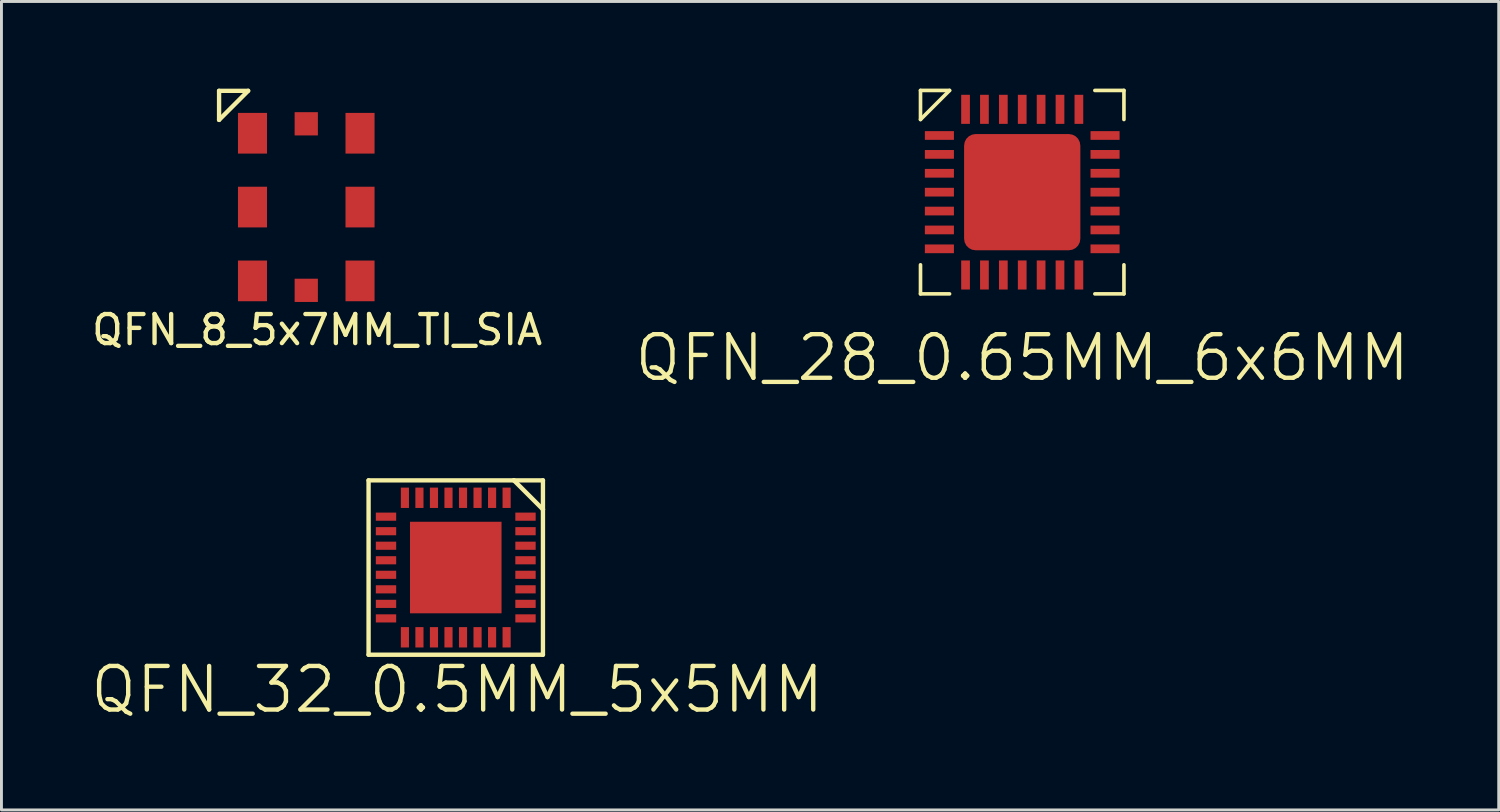
<source format=kicad_pcb>
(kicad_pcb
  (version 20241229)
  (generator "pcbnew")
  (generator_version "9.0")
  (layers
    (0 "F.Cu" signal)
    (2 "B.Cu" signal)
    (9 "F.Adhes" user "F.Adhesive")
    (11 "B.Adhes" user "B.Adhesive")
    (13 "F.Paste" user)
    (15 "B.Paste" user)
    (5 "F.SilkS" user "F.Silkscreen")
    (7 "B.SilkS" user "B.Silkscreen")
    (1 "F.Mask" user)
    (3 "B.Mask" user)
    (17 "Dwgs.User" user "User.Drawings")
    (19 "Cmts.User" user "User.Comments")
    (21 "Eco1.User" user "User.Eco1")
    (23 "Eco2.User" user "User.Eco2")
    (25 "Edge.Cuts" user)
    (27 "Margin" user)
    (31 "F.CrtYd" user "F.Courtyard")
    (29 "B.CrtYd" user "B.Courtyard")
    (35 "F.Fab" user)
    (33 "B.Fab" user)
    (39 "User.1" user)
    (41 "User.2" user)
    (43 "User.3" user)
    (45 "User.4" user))
  (footprint "QFN_32_0.5MM_5x5MM"
    (layer "F.Cu")
    (at 12.632 16.478)
    (property "Reference" "QFN_32_0.5MM_5x5MM" (at 0.05 4.2 0) (layer "F.SilkS") (effects (font (size 1.5 1.5) (thickness 0.15))))
    (attr through_hole)
    (fp_line (start -3 -3) (end -3 3) (stroke (width 0.15) (type solid)) (layer "F.SilkS"))
    (fp_line (start -3 3) (end 3 3) (stroke (width 0.15) (type solid)) (layer "F.SilkS"))
    (fp_line (start 2 -3) (end -3 -3) (stroke (width 0.15) (type solid)) (layer "F.SilkS"))
    (fp_line (start 2 -3) (end 3 -3) (stroke (width 0.15) (type solid)) (layer "F.SilkS"))
    (fp_line (start 3 -3) (end 3 -2) (stroke (width 0.15) (type solid)) (layer "F.SilkS"))
    (fp_line (start 3 -2) (end 2 -3) (stroke (width 0.15) (type solid)) (layer "F.SilkS"))
    (fp_line (start 3 3) (end 3 -2) (stroke (width 0.15) (type solid)) (layer "F.SilkS"))
    (pad "" smd rect (at -1.275 -1.275 90) (size 0.6 0.6) (layers "F.Paste"))
    (pad "" smd rect (at -1.275 -0.425 90) (size 0.6 0.6) (layers "F.Paste"))
    (pad "" smd rect (at -1.275 0.425 90) (size 0.6 0.6) (layers "F.Paste"))
    (pad "" smd rect (at -1.275 1.275 90) (size 0.6 0.6) (layers "F.Paste"))
    (pad "" smd rect (at -0.425 -1.275 90) (size 0.6 0.6) (layers "F.Paste"))
    (pad "" smd rect (at -0.425 -0.425 90) (size 0.6 0.6) (layers "F.Paste"))
    (pad "" smd rect (at -0.425 0.425 90) (size 0.6 0.6) (layers "F.Paste"))
    (pad "" smd rect (at -0.425 1.275 90) (size 0.6 0.6) (layers "F.Paste"))
    (pad "" smd rect (at 0.425 -1.275 90) (size 0.6 0.6) (layers "F.Paste"))
    (pad "" smd rect (at 0.425 -0.425 90) (size 0.6 0.6) (layers "F.Paste"))
    (pad "" smd rect (at 0.425 0.425 90) (size 0.6 0.6) (layers "F.Paste"))
    (pad "" smd rect (at 0.425 1.275 90) (size 0.6 0.6) (layers "F.Paste"))
    (pad "" smd rect (at 1.275 -1.275 90) (size 0.6 0.6) (layers "F.Paste"))
    (pad "" smd rect (at 1.275 -0.425 90) (size 0.6 0.6) (layers "F.Paste"))
    (pad "" smd rect (at 1.275 0.425 90) (size 0.6 0.6) (layers "F.Paste"))
    (pad "" smd rect (at 1.275 1.275 90) (size 0.6 0.6) (layers "F.Paste"))
    (pad "1" smd rect (at 1.75 -2.4 90) (size 0.7 0.28) (layers "F.Cu" "F.Mask" "F.Paste"))
    (pad "2" smd rect (at 1.25 -2.4 90) (size 0.7 0.28) (layers "F.Cu" "F.Mask" "F.Paste"))
    (pad "3" smd rect (at 0.75 -2.4 90) (size 0.7 0.28) (layers "F.Cu" "F.Mask" "F.Paste"))
    (pad "4" smd rect (at 0.25 -2.4 90) (size 0.7 0.28) (layers "F.Cu" "F.Mask" "F.Paste"))
    (pad "5" smd rect (at -0.25 -2.4 90) (size 0.7 0.28) (layers "F.Cu" "F.Mask" "F.Paste"))
    (pad "6" smd rect (at -0.75 -2.4 90) (size 0.7 0.28) (layers "F.Cu" "F.Mask" "F.Paste"))
    (pad "7" smd rect (at -1.25 -2.4 90) (size 0.7 0.28) (layers "F.Cu" "F.Mask" "F.Paste"))
    (pad "8" smd rect (at -1.75 -2.4 90) (size 0.7 0.28) (layers "F.Cu" "F.Mask" "F.Paste"))
    (pad "9" smd rect (at -2.4 -1.75) (size 0.7 0.28) (layers "F.Cu" "F.Mask" "F.Paste"))
    (pad "10" smd rect (at -2.4 -1.25) (size 0.7 0.28) (layers "F.Cu" "F.Mask" "F.Paste"))
    (pad "11" smd rect (at -2.4 -0.75) (size 0.7 0.28) (layers "F.Cu" "F.Mask" "F.Paste"))
    (pad "12" smd rect (at -2.4 -0.25) (size 0.7 0.28) (layers "F.Cu" "F.Mask" "F.Paste"))
    (pad "13" smd rect (at -2.4 0.25) (size 0.7 0.28) (layers "F.Cu" "F.Mask" "F.Paste"))
    (pad "14" smd rect (at -2.4 0.75) (size 0.7 0.28) (layers "F.Cu" "F.Mask" "F.Paste"))
    (pad "15" smd rect (at -2.4 1.25) (size 0.7 0.28) (layers "F.Cu" "F.Mask" "F.Paste"))
    (pad "16" smd rect (at -2.4 1.75) (size 0.7 0.28) (layers "F.Cu" "F.Mask" "F.Paste"))
    (pad "17" smd rect (at -1.75 2.4 90) (size 0.7 0.28) (layers "F.Cu" "F.Mask" "F.Paste"))
    (pad "18" smd rect (at -1.25 2.4 90) (size 0.7 0.28) (layers "F.Cu" "F.Mask" "F.Paste"))
    (pad "19" smd rect (at -0.75 2.4 90) (size 0.7 0.28) (layers "F.Cu" "F.Mask" "F.Paste"))
    (pad "20" smd rect (at -0.25 2.4 90) (size 0.7 0.28) (layers "F.Cu" "F.Mask" "F.Paste"))
    (pad "21" smd rect (at 0.25 2.4 90) (size 0.7 0.28) (layers "F.Cu" "F.Mask" "F.Paste"))
    (pad "22" smd rect (at 0.75 2.4 90) (size 0.7 0.28) (layers "F.Cu" "F.Mask" "F.Paste"))
    (pad "23" smd rect (at 1.25 2.4 90) (size 0.7 0.28) (layers "F.Cu" "F.Mask" "F.Paste"))
    (pad "24" smd rect (at 1.75 2.4 90) (size 0.7 0.28) (layers "F.Cu" "F.Mask" "F.Paste"))
    (pad "25" smd rect (at 2.4 1.75) (size 0.7 0.28) (layers "F.Cu" "F.Mask" "F.Paste"))
    (pad "26" smd rect (at 2.4 1.25) (size 0.7 0.28) (layers "F.Cu" "F.Mask" "F.Paste"))
    (pad "27" smd rect (at 2.4 0.75) (size 0.7 0.28) (layers "F.Cu" "F.Mask" "F.Paste"))
    (pad "28" smd rect (at 2.4 0.25) (size 0.7 0.28) (layers "F.Cu" "F.Mask" "F.Paste"))
    (pad "29" smd rect (at 2.4 -0.25) (size 0.7 0.28) (layers "F.Cu" "F.Mask" "F.Paste"))
    (pad "30" smd rect (at 2.4 -0.75) (size 0.7 0.28) (layers "F.Cu" "F.Mask" "F.Paste"))
    (pad "31" smd rect (at 2.4 -1.25) (size 0.7 0.28) (layers "F.Cu" "F.Mask" "F.Paste"))
    (pad "32" smd rect (at 2.4 -1.75) (size 0.7 0.28) (layers "F.Cu" "F.Mask" "F.Paste"))
    (pad "PAD" smd rect (at 0 0 90) (size 3.15 3.15) (layers "F.Cu" "F.Mask")))
  (footprint "QFN_8_5x7MM_TI_SIA"
    (layer "F.Cu")
    (at 7.488 4.075)
    (property "Reference" "QFN_8_5x7MM_TI_SIA" (at 0.375 4.225 0) (layer "F.SilkS") (effects (font (size 1 1) (thickness 0.15))))
    (attr through_hole)
    (fp_line (start -3 -4) (end -3 -3) (stroke (width 0.15) (type solid)) (layer "F.SilkS"))
    (fp_line (start -2 -4) (end -3 -4) (stroke (width 0.15) (type solid)) (layer "F.SilkS"))
    (fp_line (start -2 -4) (end -3 -3) (stroke (width 0.15) (type solid)) (layer "F.SilkS"))
    (pad "1" smd rect (at -1.85 -2.54) (size 1 1.4) (layers "F.Cu" "F.Mask" "F.Paste"))
    (pad "2" smd rect (at -1.85 0) (size 1 1.4) (layers "F.Cu" "F.Mask" "F.Paste"))
    (pad "3" smd rect (at -1.85 2.54) (size 1 1.4) (layers "F.Cu" "F.Mask" "F.Paste"))
    (pad "4" smd rect (at 1.85 2.54) (size 1 1.4) (layers "F.Cu" "F.Mask" "F.Paste"))
    (pad "5" smd rect (at 1.85 0) (size 1 1.4) (layers "F.Cu" "F.Mask" "F.Paste"))
    (pad "6" smd rect (at 1.85 -2.54) (size 1 1.4) (layers "F.Cu" "F.Mask" "F.Paste"))
    (pad "7" smd rect (at 0 -2.865) (size 0.8 0.8) (layers "F.Cu" "F.Mask" "F.Paste"))
    (pad "8" smd rect (at 0 2.865) (size 0.8 0.8) (layers "F.Cu" "F.Mask" "F.Paste")))
  (footprint "QFN_28_0.65MM_6x6MM"
    (layer "F.Cu")
    (at 32.123 3.562)
    (property "Reference" "QFN_28_0.65MM_6x6MM" (at 0 5.7 0) (layer "F.SilkS") (effects (font (size 1.5 1.5) (thickness 0.15))))
    (attr through_hole)
    (fp_line (start -3.5 -3.5) (end -3.5 -2.5) (stroke (width 0.125) (type solid)) (layer "F.SilkS"))
    (fp_line (start -3.5 2.5) (end -3.5 3.5) (stroke (width 0.125) (type solid)) (layer "F.SilkS"))
    (fp_line (start -3.5 3.5) (end -2.5 3.5) (stroke (width 0.125) (type solid)) (layer "F.SilkS"))
    (fp_line (start -2.5 -3.5) (end -3.5 -3.5) (stroke (width 0.125) (type solid)) (layer "F.SilkS"))
    (fp_line (start -2.5 -3.5) (end -3.5 -2.5) (stroke (width 0.125) (type solid)) (layer "F.SilkS"))
    (fp_line (start 2.5 -3.5) (end 3.5 -3.5) (stroke (width 0.125) (type solid)) (layer "F.SilkS"))
    (fp_line (start 3.5 -3.5) (end 3.5 -2.5) (stroke (width 0.125) (type solid)) (layer "F.SilkS"))
    (fp_line (start 3.5 2.5) (end 3.5 3.5) (stroke (width 0.125) (type solid)) (layer "F.SilkS"))
    (fp_line (start 3.5 3.5) (end 2.5 3.5) (stroke (width 0.125) (type solid)) (layer "F.SilkS"))
    (pad "1" smd rect (at -2.85 -1.95 90) (size 0.3 1) (layers "F.Cu" "F.Mask" "F.Paste"))
    (pad "2" smd rect (at -2.85 -1.3 90) (size 0.3 1) (layers "F.Cu" "F.Mask" "F.Paste"))
    (pad "3" smd rect (at -2.85 -0.65 90) (size 0.3 1) (layers "F.Cu" "F.Mask" "F.Paste"))
    (pad "4" smd rect (at -2.85 0 90) (size 0.3 1) (layers "F.Cu" "F.Mask" "F.Paste"))
    (pad "5" smd rect (at -2.85 0.65 90) (size 0.3 1) (layers "F.Cu" "F.Mask" "F.Paste"))
    (pad "6" smd rect (at -2.85 1.3 90) (size 0.3 1) (layers "F.Cu" "F.Mask" "F.Paste"))
    (pad "7" smd rect (at -2.85 1.95 90) (size 0.3 1) (layers "F.Cu" "F.Mask" "F.Paste"))
    (pad "8" smd rect (at -1.95 2.85) (size 0.3 1) (layers "F.Cu" "F.Mask" "F.Paste"))
    (pad "9" smd rect (at -1.3 2.85) (size 0.3 1) (layers "F.Cu" "F.Mask" "F.Paste"))
    (pad "10" smd rect (at -0.65 2.85) (size 0.3 1) (layers "F.Cu" "F.Mask" "F.Paste"))
    (pad "11" smd rect (at 0 2.85) (size 0.3 1) (layers "F.Cu" "F.Mask" "F.Paste"))
    (pad "12" smd rect (at 0.65 2.85) (size 0.3 1) (layers "F.Cu" "F.Mask" "F.Paste"))
    (pad "13" smd rect (at 1.3 2.85) (size 0.3 1) (layers "F.Cu" "F.Mask" "F.Paste"))
    (pad "14" smd rect (at 1.95 2.85) (size 0.3 1) (layers "F.Cu" "F.Mask" "F.Paste"))
    (pad "15" smd rect (at 2.85 1.95 90) (size 0.3 1) (layers "F.Cu" "F.Mask" "F.Paste"))
    (pad "16" smd rect (at 2.85 1.3 90) (size 0.3 1) (layers "F.Cu" "F.Mask" "F.Paste"))
    (pad "17" smd rect (at 2.85 0.65 90) (size 0.3 1) (layers "F.Cu" "F.Mask" "F.Paste"))
    (pad "18" smd rect (at 2.85 0 90) (size 0.3 1) (layers "F.Cu" "F.Mask" "F.Paste"))
    (pad "19" smd rect (at 2.85 -0.65 90) (size 0.3 1) (layers "F.Cu" "F.Mask" "F.Paste"))
    (pad "20" smd rect (at 2.85 -1.3 90) (size 0.3 1) (layers "F.Cu" "F.Mask" "F.Paste"))
    (pad "21" smd rect (at 2.85 -1.95 90) (size 0.3 1) (layers "F.Cu" "F.Mask" "F.Paste"))
    (pad "22" smd rect (at 1.95 -2.85) (size 0.3 1) (layers "F.Cu" "F.Mask" "F.Paste"))
    (pad "23" smd rect (at 1.3 -2.85) (size 0.3 1) (layers "F.Cu" "F.Mask" "F.Paste"))
    (pad "24" smd rect (at 0.65 -2.85) (size 0.3 1) (layers "F.Cu" "F.Mask" "F.Paste"))
    (pad "25" smd rect (at 0 -2.85) (size 0.3 1) (layers "F.Cu" "F.Mask" "F.Paste"))
    (pad "26" smd rect (at -0.65 -2.85) (size 0.3 1) (layers "F.Cu" "F.Mask" "F.Paste"))
    (pad "27" smd rect (at -1.3 -2.85) (size 0.3 1) (layers "F.Cu" "F.Mask" "F.Paste"))
    (pad "28" smd rect (at -1.95 -2.85 180) (size 0.3 1) (layers "F.Cu" "F.Mask" "F.Paste"))
    (pad "PAD" smd roundrect (at 0 0) (size 4 4) (layers "F.Cu" "F.Mask" "F.Paste") (roundrect_rratio 0.1)))
  (gr_rect
    (start -3 -3)
    (end 48.519 24.819)
    (stroke (width 0.1) (type default))
    (fill no)
    (layer "Edge.Cuts")))
</source>
